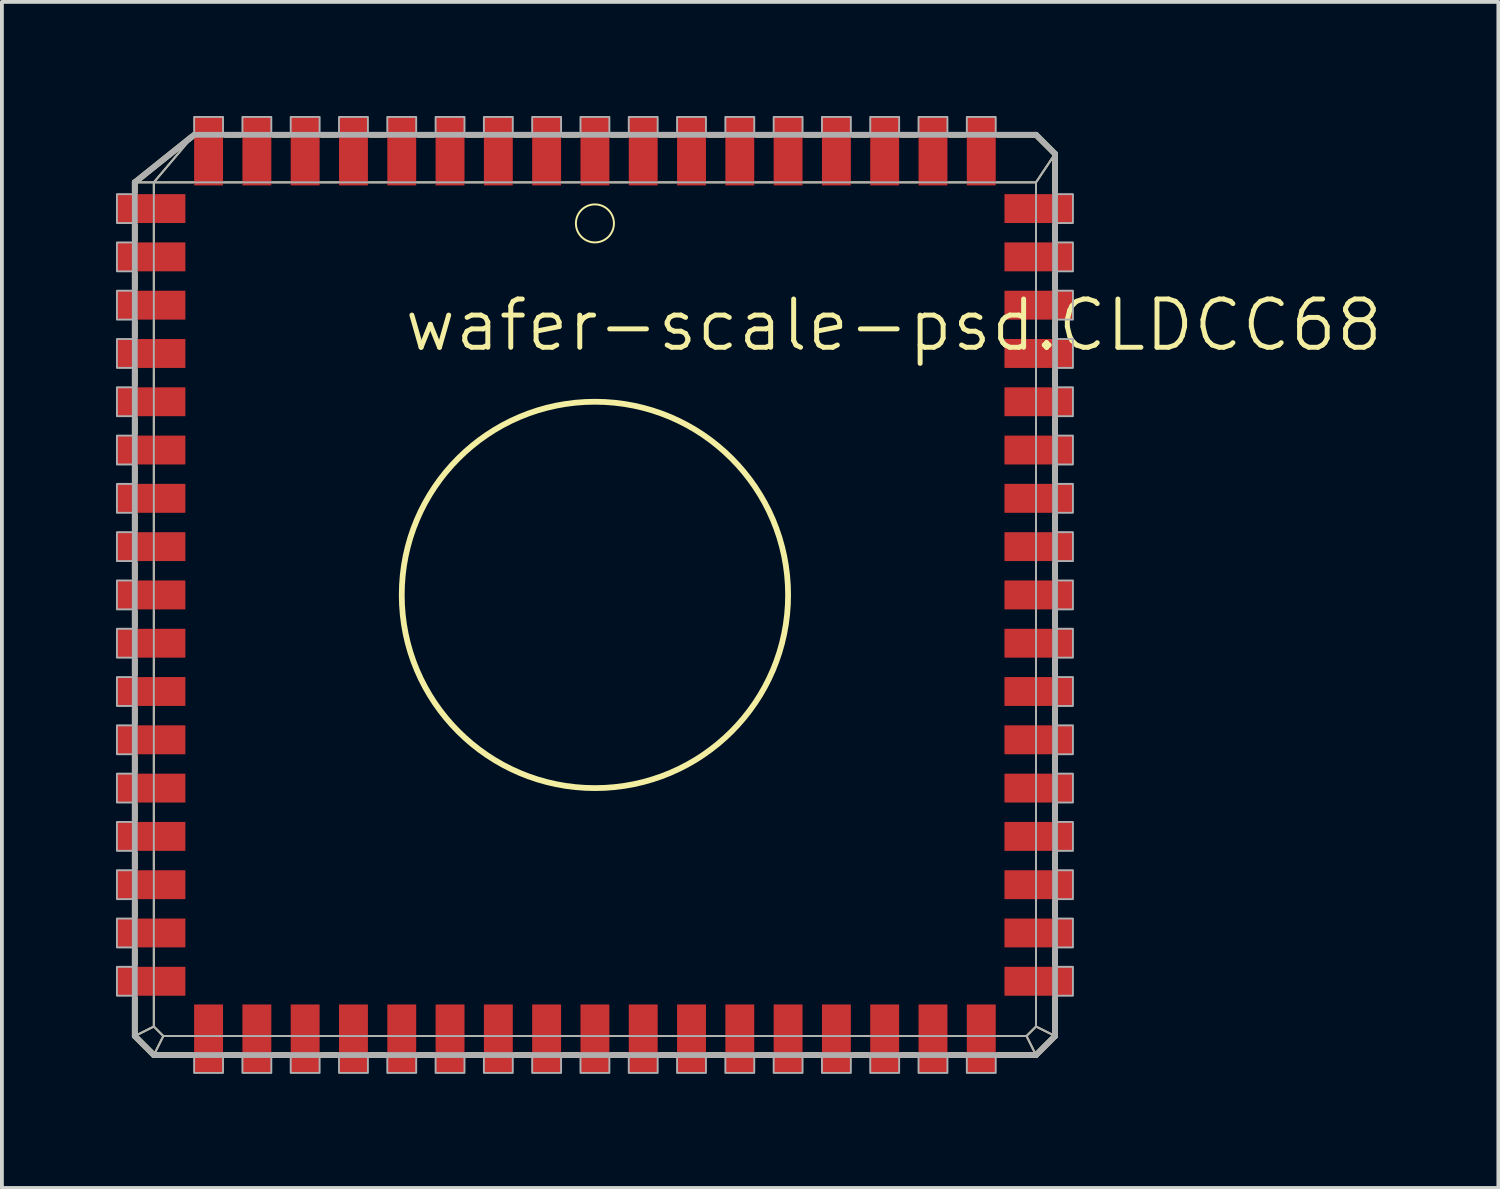
<source format=kicad_pcb>
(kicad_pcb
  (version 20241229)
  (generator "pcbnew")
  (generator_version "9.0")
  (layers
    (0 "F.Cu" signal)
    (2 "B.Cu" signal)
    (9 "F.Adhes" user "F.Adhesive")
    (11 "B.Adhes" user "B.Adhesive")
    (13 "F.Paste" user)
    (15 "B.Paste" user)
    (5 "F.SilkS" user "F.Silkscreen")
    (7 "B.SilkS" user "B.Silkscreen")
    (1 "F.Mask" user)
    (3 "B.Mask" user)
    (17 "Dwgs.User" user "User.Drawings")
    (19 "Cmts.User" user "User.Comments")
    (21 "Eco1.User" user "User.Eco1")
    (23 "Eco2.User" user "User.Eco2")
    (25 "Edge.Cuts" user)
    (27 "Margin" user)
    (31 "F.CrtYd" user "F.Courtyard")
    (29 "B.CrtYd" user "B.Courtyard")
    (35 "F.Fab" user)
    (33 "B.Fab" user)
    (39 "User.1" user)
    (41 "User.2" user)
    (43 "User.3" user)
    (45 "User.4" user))
  (footprint "wafer-scale-psd.CLDCC68"
    (layer "F.Cu")
    (at 12.595 12.595)
    (property "Reference" "wafer-scale-psd.CLDCC68" (at -5.08 -6.35 0) (layer "F.SilkS") (effects (font (size 1.27 1.27) (thickness 0.13)) (justify left bottom)))
    (attr smd)
    (fp_line (start -12.1 -10.85) (end -11.6 -10.85) (stroke (width 0.051) (type default)) (layer "F.SilkS"))
    (fp_line (start -12.1 -10.85) (end -10.6 -12.05) (stroke (width 0.152) (type default)) (layer "F.SilkS"))
    (fp_line (start -12.1 -10.6) (end -12.1 -10.85) (stroke (width 0.152) (type default)) (layer "F.SilkS"))
    (fp_line (start -12.1 -9.33) (end -12.1 -9.72) (stroke (width 0.152) (type default)) (layer "F.SilkS"))
    (fp_line (start -12.1 -8.06) (end -12.1 -8.45) (stroke (width 0.152) (type default)) (layer "F.SilkS"))
    (fp_line (start -12.1 -6.79) (end -12.1 -7.18) (stroke (width 0.152) (type default)) (layer "F.SilkS"))
    (fp_line (start -12.1 -5.52) (end -12.1 -5.91) (stroke (width 0.152) (type default)) (layer "F.SilkS"))
    (fp_line (start -12.1 -4.25) (end -12.1 -4.64) (stroke (width 0.152) (type default)) (layer "F.SilkS"))
    (fp_line (start -12.1 -2.98) (end -12.1 -3.37) (stroke (width 0.152) (type default)) (layer "F.SilkS"))
    (fp_line (start -12.1 -1.71) (end -12.1 -2.1) (stroke (width 0.152) (type default)) (layer "F.SilkS"))
    (fp_line (start -12.1 -0.44) (end -12.1 -0.83) (stroke (width 0.152) (type default)) (layer "F.SilkS"))
    (fp_line (start -12.1 0.83) (end -12.1 0.44) (stroke (width 0.152) (type default)) (layer "F.SilkS"))
    (fp_line (start -12.1 2.1) (end -12.1 1.71) (stroke (width 0.152) (type default)) (layer "F.SilkS"))
    (fp_line (start -12.1 3.37) (end -12.1 2.98) (stroke (width 0.152) (type default)) (layer "F.SilkS"))
    (fp_line (start -12.1 4.64) (end -12.1 4.25) (stroke (width 0.152) (type default)) (layer "F.SilkS"))
    (fp_line (start -12.1 5.91) (end -12.1 5.52) (stroke (width 0.152) (type default)) (layer "F.SilkS"))
    (fp_line (start -12.1 7.18) (end -12.1 6.79) (stroke (width 0.152) (type default)) (layer "F.SilkS"))
    (fp_line (start -12.1 8.45) (end -12.1 8.06) (stroke (width 0.152) (type default)) (layer "F.SilkS"))
    (fp_line (start -12.1 9.72) (end -12.1 9.33) (stroke (width 0.152) (type default)) (layer "F.SilkS"))
    (fp_line (start -12.1 11.6) (end -12.1 10.6) (stroke (width 0.152) (type default)) (layer "F.SilkS"))
    (fp_line (start -12.1 11.6) (end -11.6 11.35) (stroke (width 0.051) (type default)) (layer "F.SilkS"))
    (fp_line (start -11.6 -10.85) (end -10.56 -12.08) (stroke (width 0.051) (type default)) (layer "F.SilkS"))
    (fp_line (start -11.6 -10.85) (end -10.56 -10.85) (stroke (width 0.051) (type default)) (layer "F.SilkS"))
    (fp_line (start -11.6 -10.56) (end -11.6 -10.85) (stroke (width 0.051) (type default)) (layer "F.SilkS"))
    (fp_line (start -11.6 -9.29) (end -11.6 -9.76) (stroke (width 0.051) (type default)) (layer "F.SilkS"))
    (fp_line (start -11.6 -8.02) (end -11.6 -8.49) (stroke (width 0.051) (type default)) (layer "F.SilkS"))
    (fp_line (start -11.6 -6.75) (end -11.6 -7.22) (stroke (width 0.051) (type default)) (layer "F.SilkS"))
    (fp_line (start -11.6 -5.48) (end -11.6 -5.95) (stroke (width 0.051) (type default)) (layer "F.SilkS"))
    (fp_line (start -11.6 -4.21) (end -11.6 -4.68) (stroke (width 0.051) (type default)) (layer "F.SilkS"))
    (fp_line (start -11.6 -2.94) (end -11.6 -3.41) (stroke (width 0.051) (type default)) (layer "F.SilkS"))
    (fp_line (start -11.6 -1.67) (end -11.6 -2.14) (stroke (width 0.051) (type default)) (layer "F.SilkS"))
    (fp_line (start -11.6 -0.4) (end -11.6 -0.87) (stroke (width 0.051) (type default)) (layer "F.SilkS"))
    (fp_line (start -11.6 0.87) (end -11.6 0.4) (stroke (width 0.051) (type default)) (layer "F.SilkS"))
    (fp_line (start -11.6 2.14) (end -11.6 1.67) (stroke (width 0.051) (type default)) (layer "F.SilkS"))
    (fp_line (start -11.6 3.41) (end -11.6 2.94) (stroke (width 0.051) (type default)) (layer "F.SilkS"))
    (fp_line (start -11.6 4.68) (end -11.6 4.21) (stroke (width 0.051) (type default)) (layer "F.SilkS"))
    (fp_line (start -11.6 5.95) (end -11.6 5.48) (stroke (width 0.051) (type default)) (layer "F.SilkS"))
    (fp_line (start -11.6 7.22) (end -11.6 6.75) (stroke (width 0.051) (type default)) (layer "F.SilkS"))
    (fp_line (start -11.6 8.49) (end -11.6 8.02) (stroke (width 0.051) (type default)) (layer "F.SilkS"))
    (fp_line (start -11.6 9.76) (end -11.6 9.29) (stroke (width 0.051) (type default)) (layer "F.SilkS"))
    (fp_line (start -11.6 11.35) (end -11.6 10.56) (stroke (width 0.051) (type default)) (layer "F.SilkS"))
    (fp_line (start -11.6 12.1) (end -12.1 11.6) (stroke (width 0.152) (type default)) (layer "F.SilkS"))
    (fp_line (start -11.6 12.1) (end -11.35 11.6) (stroke (width 0.051) (type default)) (layer "F.SilkS"))
    (fp_line (start -11.35 11.6) (end -11.6 11.35) (stroke (width 0.051) (type default)) (layer "F.SilkS"))
    (fp_line (start -10.6 12.1) (end -11.6 12.1) (stroke (width 0.152) (type default)) (layer "F.SilkS"))
    (fp_line (start -10.56 11.6) (end -11.35 11.6) (stroke (width 0.051) (type default)) (layer "F.SilkS"))
    (fp_line (start -9.76 -10.85) (end -9.29 -10.85) (stroke (width 0.051) (type default)) (layer "F.SilkS"))
    (fp_line (start -9.72 -12.1) (end -9.33 -12.1) (stroke (width 0.152) (type default)) (layer "F.SilkS"))
    (fp_line (start -9.33 12.1) (end -9.72 12.1) (stroke (width 0.152) (type default)) (layer "F.SilkS"))
    (fp_line (start -9.29 11.6) (end -9.76 11.6) (stroke (width 0.051) (type default)) (layer "F.SilkS"))
    (fp_line (start -8.49 -10.85) (end -8.02 -10.85) (stroke (width 0.051) (type default)) (layer "F.SilkS"))
    (fp_line (start -8.45 -12.1) (end -8.06 -12.1) (stroke (width 0.152) (type default)) (layer "F.SilkS"))
    (fp_line (start -8.06 12.1) (end -8.45 12.1) (stroke (width 0.152) (type default)) (layer "F.SilkS"))
    (fp_line (start -8.02 11.6) (end -8.49 11.6) (stroke (width 0.051) (type default)) (layer "F.SilkS"))
    (fp_line (start -7.22 -10.85) (end -6.75 -10.85) (stroke (width 0.051) (type default)) (layer "F.SilkS"))
    (fp_line (start -7.18 -12.1) (end -6.79 -12.1) (stroke (width 0.152) (type default)) (layer "F.SilkS"))
    (fp_line (start -6.79 12.1) (end -7.18 12.1) (stroke (width 0.152) (type default)) (layer "F.SilkS"))
    (fp_line (start -6.75 11.6) (end -7.22 11.6) (stroke (width 0.051) (type default)) (layer "F.SilkS"))
    (fp_line (start -5.95 -10.85) (end -5.48 -10.85) (stroke (width 0.051) (type default)) (layer "F.SilkS"))
    (fp_line (start -5.91 -12.1) (end -5.52 -12.1) (stroke (width 0.152) (type default)) (layer "F.SilkS"))
    (fp_line (start -5.52 12.1) (end -5.91 12.1) (stroke (width 0.152) (type default)) (layer "F.SilkS"))
    (fp_line (start -5.48 11.6) (end -5.95 11.6) (stroke (width 0.051) (type default)) (layer "F.SilkS"))
    (fp_line (start -4.68 -10.85) (end -4.21 -10.85) (stroke (width 0.051) (type default)) (layer "F.SilkS"))
    (fp_line (start -4.64 -12.1) (end -4.25 -12.1) (stroke (width 0.152) (type default)) (layer "F.SilkS"))
    (fp_line (start -4.25 12.1) (end -4.64 12.1) (stroke (width 0.152) (type default)) (layer "F.SilkS"))
    (fp_line (start -4.21 11.6) (end -4.68 11.6) (stroke (width 0.051) (type default)) (layer "F.SilkS"))
    (fp_line (start -3.41 -10.85) (end -2.94 -10.85) (stroke (width 0.051) (type default)) (layer "F.SilkS"))
    (fp_line (start -3.37 -12.1) (end -2.98 -12.1) (stroke (width 0.152) (type default)) (layer "F.SilkS"))
    (fp_line (start -2.98 12.1) (end -3.37 12.1) (stroke (width 0.152) (type default)) (layer "F.SilkS"))
    (fp_line (start -2.94 11.6) (end -3.41 11.6) (stroke (width 0.051) (type default)) (layer "F.SilkS"))
    (fp_line (start -2.14 -10.85) (end -1.67 -10.85) (stroke (width 0.051) (type default)) (layer "F.SilkS"))
    (fp_line (start -2.1 -12.1) (end -1.71 -12.1) (stroke (width 0.152) (type default)) (layer "F.SilkS"))
    (fp_line (start -1.71 12.1) (end -2.1 12.1) (stroke (width 0.152) (type default)) (layer "F.SilkS"))
    (fp_line (start -1.67 11.6) (end -2.14 11.6) (stroke (width 0.051) (type default)) (layer "F.SilkS"))
    (fp_line (start -0.87 -10.85) (end -0.4 -10.85) (stroke (width 0.051) (type default)) (layer "F.SilkS"))
    (fp_line (start -0.83 -12.1) (end -0.44 -12.1) (stroke (width 0.152) (type default)) (layer "F.SilkS"))
    (fp_line (start -0.44 12.1) (end -0.83 12.1) (stroke (width 0.152) (type default)) (layer "F.SilkS"))
    (fp_line (start -0.4 11.6) (end -0.87 11.6) (stroke (width 0.051) (type default)) (layer "F.SilkS"))
    (fp_line (start 0.4 -10.85) (end 0.87 -10.85) (stroke (width 0.051) (type default)) (layer "F.SilkS"))
    (fp_line (start 0.44 -12.1) (end 0.83 -12.1) (stroke (width 0.152) (type default)) (layer "F.SilkS"))
    (fp_line (start 0.83 12.1) (end 0.44 12.1) (stroke (width 0.152) (type default)) (layer "F.SilkS"))
    (fp_line (start 0.87 11.6) (end 0.4 11.6) (stroke (width 0.051) (type default)) (layer "F.SilkS"))
    (fp_line (start 1.67 -10.85) (end 2.14 -10.85) (stroke (width 0.051) (type default)) (layer "F.SilkS"))
    (fp_line (start 1.71 -12.1) (end 2.1 -12.1) (stroke (width 0.152) (type default)) (layer "F.SilkS"))
    (fp_line (start 2.1 12.1) (end 1.71 12.1) (stroke (width 0.152) (type default)) (layer "F.SilkS"))
    (fp_line (start 2.14 11.6) (end 1.67 11.6) (stroke (width 0.051) (type default)) (layer "F.SilkS"))
    (fp_line (start 2.94 -10.85) (end 3.41 -10.85) (stroke (width 0.051) (type default)) (layer "F.SilkS"))
    (fp_line (start 2.98 -12.1) (end 3.37 -12.1) (stroke (width 0.152) (type default)) (layer "F.SilkS"))
    (fp_line (start 3.37 12.1) (end 2.98 12.1) (stroke (width 0.152) (type default)) (layer "F.SilkS"))
    (fp_line (start 3.41 11.6) (end 2.94 11.6) (stroke (width 0.051) (type default)) (layer "F.SilkS"))
    (fp_line (start 4.21 -10.85) (end 4.68 -10.85) (stroke (width 0.051) (type default)) (layer "F.SilkS"))
    (fp_line (start 4.25 -12.1) (end 4.64 -12.1) (stroke (width 0.152) (type default)) (layer "F.SilkS"))
    (fp_line (start 4.64 12.1) (end 4.25 12.1) (stroke (width 0.152) (type default)) (layer "F.SilkS"))
    (fp_line (start 4.68 11.6) (end 4.21 11.6) (stroke (width 0.051) (type default)) (layer "F.SilkS"))
    (fp_line (start 5.48 -10.85) (end 5.95 -10.85) (stroke (width 0.051) (type default)) (layer "F.SilkS"))
    (fp_line (start 5.52 -12.1) (end 5.91 -12.1) (stroke (width 0.152) (type default)) (layer "F.SilkS"))
    (fp_line (start 5.91 12.1) (end 5.52 12.1) (stroke (width 0.152) (type default)) (layer "F.SilkS"))
    (fp_line (start 5.95 11.6) (end 5.48 11.6) (stroke (width 0.051) (type default)) (layer "F.SilkS"))
    (fp_line (start 6.75 -10.85) (end 7.22 -10.85) (stroke (width 0.051) (type default)) (layer "F.SilkS"))
    (fp_line (start 6.79 -12.1) (end 7.18 -12.1) (stroke (width 0.152) (type default)) (layer "F.SilkS"))
    (fp_line (start 7.18 12.1) (end 6.79 12.1) (stroke (width 0.152) (type default)) (layer "F.SilkS"))
    (fp_line (start 7.22 11.6) (end 6.75 11.6) (stroke (width 0.051) (type default)) (layer "F.SilkS"))
    (fp_line (start 8.02 -10.85) (end 8.49 -10.85) (stroke (width 0.051) (type default)) (layer "F.SilkS"))
    (fp_line (start 8.06 -12.1) (end 8.45 -12.1) (stroke (width 0.152) (type default)) (layer "F.SilkS"))
    (fp_line (start 8.45 12.1) (end 8.06 12.1) (stroke (width 0.152) (type default)) (layer "F.SilkS"))
    (fp_line (start 8.49 11.6) (end 8.02 11.6) (stroke (width 0.051) (type default)) (layer "F.SilkS"))
    (fp_line (start 9.29 -10.85) (end 9.76 -10.85) (stroke (width 0.051) (type default)) (layer "F.SilkS"))
    (fp_line (start 9.33 -12.1) (end 9.72 -12.1) (stroke (width 0.152) (type default)) (layer "F.SilkS"))
    (fp_line (start 9.72 12.1) (end 9.33 12.1) (stroke (width 0.152) (type default)) (layer "F.SilkS"))
    (fp_line (start 9.76 11.6) (end 9.29 11.6) (stroke (width 0.051) (type default)) (layer "F.SilkS"))
    (fp_line (start 10.56 -10.85) (end 11.6 -10.85) (stroke (width 0.051) (type default)) (layer "F.SilkS"))
    (fp_line (start 10.6 -12.1) (end 11.6 -12.1) (stroke (width 0.152) (type default)) (layer "F.SilkS"))
    (fp_line (start 11.35 11.6) (end 10.56 11.6) (stroke (width 0.051) (type default)) (layer "F.SilkS"))
    (fp_line (start 11.35 11.6) (end 11.6 12.1) (stroke (width 0.051) (type default)) (layer "F.SilkS"))
    (fp_line (start 11.6 -12.1) (end 12.1 -11.6) (stroke (width 0.152) (type default)) (layer "F.SilkS"))
    (fp_line (start 11.6 -10.85) (end 11.6 -10.56) (stroke (width 0.051) (type default)) (layer "F.SilkS"))
    (fp_line (start 11.6 -9.76) (end 11.6 -9.29) (stroke (width 0.051) (type default)) (layer "F.SilkS"))
    (fp_line (start 11.6 -8.49) (end 11.6 -8.02) (stroke (width 0.051) (type default)) (layer "F.SilkS"))
    (fp_line (start 11.6 -7.22) (end 11.6 -6.75) (stroke (width 0.051) (type default)) (layer "F.SilkS"))
    (fp_line (start 11.6 -5.95) (end 11.6 -5.48) (stroke (width 0.051) (type default)) (layer "F.SilkS"))
    (fp_line (start 11.6 -4.68) (end 11.6 -4.21) (stroke (width 0.051) (type default)) (layer "F.SilkS"))
    (fp_line (start 11.6 -3.41) (end 11.6 -2.94) (stroke (width 0.051) (type default)) (layer "F.SilkS"))
    (fp_line (start 11.6 -2.14) (end 11.6 -1.67) (stroke (width 0.051) (type default)) (layer "F.SilkS"))
    (fp_line (start 11.6 -0.87) (end 11.6 -0.4) (stroke (width 0.051) (type default)) (layer "F.SilkS"))
    (fp_line (start 11.6 0.4) (end 11.6 0.87) (stroke (width 0.051) (type default)) (layer "F.SilkS"))
    (fp_line (start 11.6 1.67) (end 11.6 2.14) (stroke (width 0.051) (type default)) (layer "F.SilkS"))
    (fp_line (start 11.6 2.94) (end 11.6 3.41) (stroke (width 0.051) (type default)) (layer "F.SilkS"))
    (fp_line (start 11.6 4.21) (end 11.6 4.68) (stroke (width 0.051) (type default)) (layer "F.SilkS"))
    (fp_line (start 11.6 5.48) (end 11.6 5.95) (stroke (width 0.051) (type default)) (layer "F.SilkS"))
    (fp_line (start 11.6 6.75) (end 11.6 7.22) (stroke (width 0.051) (type default)) (layer "F.SilkS"))
    (fp_line (start 11.6 8.02) (end 11.6 8.49) (stroke (width 0.051) (type default)) (layer "F.SilkS"))
    (fp_line (start 11.6 9.29) (end 11.6 9.76) (stroke (width 0.051) (type default)) (layer "F.SilkS"))
    (fp_line (start 11.6 10.56) (end 11.6 11.35) (stroke (width 0.051) (type default)) (layer "F.SilkS"))
    (fp_line (start 11.6 11.35) (end 11.35 11.6) (stroke (width 0.051) (type default)) (layer "F.SilkS"))
    (fp_line (start 11.6 11.35) (end 12.1 11.6) (stroke (width 0.051) (type default)) (layer "F.SilkS"))
    (fp_line (start 11.6 12.1) (end 10.6 12.1) (stroke (width 0.152) (type default)) (layer "F.SilkS"))
    (fp_line (start 12.1 -11.6) (end 11.6 -10.85) (stroke (width 0.051) (type default)) (layer "F.SilkS"))
    (fp_line (start 12.1 -11.6) (end 12.1 -10.6) (stroke (width 0.152) (type default)) (layer "F.SilkS"))
    (fp_line (start 12.1 -9.72) (end 12.1 -9.33) (stroke (width 0.152) (type default)) (layer "F.SilkS"))
    (fp_line (start 12.1 -8.45) (end 12.1 -8.06) (stroke (width 0.152) (type default)) (layer "F.SilkS"))
    (fp_line (start 12.1 -7.18) (end 12.1 -6.79) (stroke (width 0.152) (type default)) (layer "F.SilkS"))
    (fp_line (start 12.1 -5.91) (end 12.1 -5.52) (stroke (width 0.152) (type default)) (layer "F.SilkS"))
    (fp_line (start 12.1 -4.64) (end 12.1 -4.25) (stroke (width 0.152) (type default)) (layer "F.SilkS"))
    (fp_line (start 12.1 -3.37) (end 12.1 -2.98) (stroke (width 0.152) (type default)) (layer "F.SilkS"))
    (fp_line (start 12.1 -2.1) (end 12.1 -1.71) (stroke (width 0.152) (type default)) (layer "F.SilkS"))
    (fp_line (start 12.1 -0.83) (end 12.1 -0.44) (stroke (width 0.152) (type default)) (layer "F.SilkS"))
    (fp_line (start 12.1 0.44) (end 12.1 0.83) (stroke (width 0.152) (type default)) (layer "F.SilkS"))
    (fp_line (start 12.1 1.71) (end 12.1 2.1) (stroke (width 0.152) (type default)) (layer "F.SilkS"))
    (fp_line (start 12.1 2.98) (end 12.1 3.37) (stroke (width 0.152) (type default)) (layer "F.SilkS"))
    (fp_line (start 12.1 4.25) (end 12.1 4.64) (stroke (width 0.152) (type default)) (layer "F.SilkS"))
    (fp_line (start 12.1 5.52) (end 12.1 5.91) (stroke (width 0.152) (type default)) (layer "F.SilkS"))
    (fp_line (start 12.1 6.79) (end 12.1 7.18) (stroke (width 0.152) (type default)) (layer "F.SilkS"))
    (fp_line (start 12.1 8.06) (end 12.1 8.45) (stroke (width 0.152) (type default)) (layer "F.SilkS"))
    (fp_line (start 12.1 9.33) (end 12.1 9.72) (stroke (width 0.152) (type default)) (layer "F.SilkS"))
    (fp_line (start 12.1 10.6) (end 12.1 11.6) (stroke (width 0.152) (type default)) (layer "F.SilkS"))
    (fp_line (start 12.1 11.6) (end 11.6 12.1) (stroke (width 0.152) (type default)) (layer "F.SilkS"))
    (fp_circle (center 0 -9.77) (end 0.5 -9.77) (stroke (width 0.051) (type default)) (fill no) (layer "F.SilkS"))
    (fp_circle (center 0 0) (end 5.08 0) (stroke (width 0.152) (type default)) (fill no) (layer "F.SilkS"))
    (fp_line (start -12.1 -10.85) (end -11.6 -10.85) (stroke (width 0.051) (type default)) (layer "F.Fab"))
    (fp_line (start -12.1 -10.85) (end -10.54 -12.1) (stroke (width 0.152) (type default)) (layer "F.Fab"))
    (fp_line (start -12.1 11.6) (end -12.1 -10.85) (stroke (width 0.152) (type default)) (layer "F.Fab"))
    (fp_line (start -12.1 11.6) (end -11.6 11.35) (stroke (width 0.051) (type default)) (layer "F.Fab"))
    (fp_line (start -11.6 -10.85) (end -10.54 -12.1) (stroke (width 0.051) (type default)) (layer "F.Fab"))
    (fp_line (start -11.6 -10.85) (end 11.6 -10.85) (stroke (width 0.051) (type default)) (layer "F.Fab"))
    (fp_line (start -11.6 11.35) (end -11.6 -10.85) (stroke (width 0.051) (type default)) (layer "F.Fab"))
    (fp_line (start -11.6 12.1) (end -12.1 11.6) (stroke (width 0.152) (type default)) (layer "F.Fab"))
    (fp_line (start -11.6 12.1) (end -11.35 11.6) (stroke (width 0.051) (type default)) (layer "F.Fab"))
    (fp_line (start -11.35 11.6) (end -11.6 11.35) (stroke (width 0.051) (type default)) (layer "F.Fab"))
    (fp_line (start -10.54 -12.1) (end 11.6 -12.1) (stroke (width 0.152) (type default)) (layer "F.Fab"))
    (fp_line (start 11.35 11.6) (end -11.35 11.6) (stroke (width 0.051) (type default)) (layer "F.Fab"))
    (fp_line (start 11.35 11.6) (end 11.6 12.1) (stroke (width 0.051) (type default)) (layer "F.Fab"))
    (fp_line (start 11.6 -12.1) (end 12.1 -11.6) (stroke (width 0.152) (type default)) (layer "F.Fab"))
    (fp_line (start 11.6 -10.85) (end 11.6 11.35) (stroke (width 0.051) (type default)) (layer "F.Fab"))
    (fp_line (start 11.6 11.35) (end 11.35 11.6) (stroke (width 0.051) (type default)) (layer "F.Fab"))
    (fp_line (start 11.6 11.35) (end 12.1 11.6) (stroke (width 0.051) (type default)) (layer "F.Fab"))
    (fp_line (start 11.6 12.1) (end -11.6 12.1) (stroke (width 0.152) (type default)) (layer "F.Fab"))
    (fp_line (start 12.1 -11.6) (end 11.6 -10.85) (stroke (width 0.051) (type default)) (layer "F.Fab"))
    (fp_line (start 12.1 -11.6) (end 12.1 11.6) (stroke (width 0.152) (type default)) (layer "F.Fab"))
    (fp_line (start 12.1 11.6) (end 11.6 12.1) (stroke (width 0.152) (type default)) (layer "F.Fab"))
    (fp_rect (start -12.57 -9.78) (end -12.1 -10.54) (stroke (width 0.05) (type default)) (fill no) (layer "F.Fab"))
    (fp_rect (start -12.57 -8.51) (end -12.1 -9.27) (stroke (width 0.05) (type default)) (fill no) (layer "F.Fab"))
    (fp_rect (start -12.57 -7.24) (end -12.1 -8) (stroke (width 0.05) (type default)) (fill no) (layer "F.Fab"))
    (fp_rect (start -12.57 -5.97) (end -12.1 -6.73) (stroke (width 0.05) (type default)) (fill no) (layer "F.Fab"))
    (fp_rect (start -12.57 -4.7) (end -12.1 -5.46) (stroke (width 0.05) (type default)) (fill no) (layer "F.Fab"))
    (fp_rect (start -12.57 -3.43) (end -12.1 -4.19) (stroke (width 0.05) (type default)) (fill no) (layer "F.Fab"))
    (fp_rect (start -12.57 -2.16) (end -12.1 -2.92) (stroke (width 0.05) (type default)) (fill no) (layer "F.Fab"))
    (fp_rect (start -12.57 -0.89) (end -12.1 -1.65) (stroke (width 0.05) (type default)) (fill no) (layer "F.Fab"))
    (fp_rect (start -12.57 0.38) (end -12.1 -0.38) (stroke (width 0.05) (type default)) (fill no) (layer "F.Fab"))
    (fp_rect (start -12.57 1.65) (end -12.1 0.89) (stroke (width 0.05) (type default)) (fill no) (layer "F.Fab"))
    (fp_rect (start -12.57 2.92) (end -12.1 2.16) (stroke (width 0.05) (type default)) (fill no) (layer "F.Fab"))
    (fp_rect (start -12.57 4.19) (end -12.1 3.43) (stroke (width 0.05) (type default)) (fill no) (layer "F.Fab"))
    (fp_rect (start -12.57 5.46) (end -12.1 4.7) (stroke (width 0.05) (type default)) (fill no) (layer "F.Fab"))
    (fp_rect (start -12.57 6.73) (end -12.1 5.97) (stroke (width 0.05) (type default)) (fill no) (layer "F.Fab"))
    (fp_rect (start -12.57 8) (end -12.1 7.24) (stroke (width 0.05) (type default)) (fill no) (layer "F.Fab"))
    (fp_rect (start -12.57 9.27) (end -12.1 8.51) (stroke (width 0.05) (type default)) (fill no) (layer "F.Fab"))
    (fp_rect (start -12.57 10.54) (end -12.1 9.78) (stroke (width 0.05) (type default)) (fill no) (layer "F.Fab"))
    (fp_rect (start -10.54 -12.1) (end -9.78 -12.57) (stroke (width 0.05) (type default)) (fill no) (layer "F.Fab"))
    (fp_rect (start -10.54 12.57) (end -9.78 12.1) (stroke (width 0.05) (type default)) (fill no) (layer "F.Fab"))
    (fp_rect (start -9.27 -12.1) (end -8.51 -12.57) (stroke (width 0.05) (type default)) (fill no) (layer "F.Fab"))
    (fp_rect (start -9.27 12.57) (end -8.51 12.1) (stroke (width 0.05) (type default)) (fill no) (layer "F.Fab"))
    (fp_rect (start -8 -12.1) (end -7.24 -12.57) (stroke (width 0.05) (type default)) (fill no) (layer "F.Fab"))
    (fp_rect (start -8 12.57) (end -7.24 12.1) (stroke (width 0.05) (type default)) (fill no) (layer "F.Fab"))
    (fp_rect (start -6.73 -12.1) (end -5.97 -12.57) (stroke (width 0.05) (type default)) (fill no) (layer "F.Fab"))
    (fp_rect (start -6.73 12.57) (end -5.97 12.1) (stroke (width 0.05) (type default)) (fill no) (layer "F.Fab"))
    (fp_rect (start -5.46 -12.1) (end -4.7 -12.57) (stroke (width 0.05) (type default)) (fill no) (layer "F.Fab"))
    (fp_rect (start -5.46 12.57) (end -4.7 12.1) (stroke (width 0.05) (type default)) (fill no) (layer "F.Fab"))
    (fp_rect (start -4.19 -12.1) (end -3.43 -12.57) (stroke (width 0.05) (type default)) (fill no) (layer "F.Fab"))
    (fp_rect (start -4.19 12.57) (end -3.43 12.1) (stroke (width 0.05) (type default)) (fill no) (layer "F.Fab"))
    (fp_rect (start -2.92 -12.1) (end -2.16 -12.57) (stroke (width 0.05) (type default)) (fill no) (layer "F.Fab"))
    (fp_rect (start -2.92 12.57) (end -2.16 12.1) (stroke (width 0.05) (type default)) (fill no) (layer "F.Fab"))
    (fp_rect (start -1.65 -12.1) (end -0.89 -12.57) (stroke (width 0.05) (type default)) (fill no) (layer "F.Fab"))
    (fp_rect (start -1.65 12.57) (end -0.89 12.1) (stroke (width 0.05) (type default)) (fill no) (layer "F.Fab"))
    (fp_rect (start -0.38 -12.1) (end 0.38 -12.57) (stroke (width 0.05) (type default)) (fill no) (layer "F.Fab"))
    (fp_rect (start -0.38 12.57) (end 0.38 12.1) (stroke (width 0.05) (type default)) (fill no) (layer "F.Fab"))
    (fp_rect (start 0.89 -12.1) (end 1.65 -12.57) (stroke (width 0.05) (type default)) (fill no) (layer "F.Fab"))
    (fp_rect (start 0.89 12.57) (end 1.65 12.1) (stroke (width 0.05) (type default)) (fill no) (layer "F.Fab"))
    (fp_rect (start 2.16 -12.1) (end 2.92 -12.57) (stroke (width 0.05) (type default)) (fill no) (layer "F.Fab"))
    (fp_rect (start 2.16 12.57) (end 2.92 12.1) (stroke (width 0.05) (type default)) (fill no) (layer "F.Fab"))
    (fp_rect (start 3.43 -12.1) (end 4.19 -12.57) (stroke (width 0.05) (type default)) (fill no) (layer "F.Fab"))
    (fp_rect (start 3.43 12.57) (end 4.19 12.1) (stroke (width 0.05) (type default)) (fill no) (layer "F.Fab"))
    (fp_rect (start 4.7 -12.1) (end 5.46 -12.57) (stroke (width 0.05) (type default)) (fill no) (layer "F.Fab"))
    (fp_rect (start 4.7 12.57) (end 5.46 12.1) (stroke (width 0.05) (type default)) (fill no) (layer "F.Fab"))
    (fp_rect (start 5.97 -12.1) (end 6.73 -12.57) (stroke (width 0.05) (type default)) (fill no) (layer "F.Fab"))
    (fp_rect (start 5.97 12.57) (end 6.73 12.1) (stroke (width 0.05) (type default)) (fill no) (layer "F.Fab"))
    (fp_rect (start 7.24 -12.1) (end 8 -12.57) (stroke (width 0.05) (type default)) (fill no) (layer "F.Fab"))
    (fp_rect (start 7.24 12.57) (end 8 12.1) (stroke (width 0.05) (type default)) (fill no) (layer "F.Fab"))
    (fp_rect (start 8.51 -12.1) (end 9.27 -12.57) (stroke (width 0.05) (type default)) (fill no) (layer "F.Fab"))
    (fp_rect (start 8.51 12.57) (end 9.27 12.1) (stroke (width 0.05) (type default)) (fill no) (layer "F.Fab"))
    (fp_rect (start 9.78 -12.1) (end 10.54 -12.57) (stroke (width 0.05) (type default)) (fill no) (layer "F.Fab"))
    (fp_rect (start 9.78 12.57) (end 10.54 12.1) (stroke (width 0.05) (type default)) (fill no) (layer "F.Fab"))
    (fp_rect (start 12.1 -9.78) (end 12.57 -10.54) (stroke (width 0.05) (type default)) (fill no) (layer "F.Fab"))
    (fp_rect (start 12.1 -8.51) (end 12.57 -9.27) (stroke (width 0.05) (type default)) (fill no) (layer "F.Fab"))
    (fp_rect (start 12.1 -7.24) (end 12.57 -8) (stroke (width 0.05) (type default)) (fill no) (layer "F.Fab"))
    (fp_rect (start 12.1 -5.97) (end 12.57 -6.73) (stroke (width 0.05) (type default)) (fill no) (layer "F.Fab"))
    (fp_rect (start 12.1 -4.7) (end 12.57 -5.46) (stroke (width 0.05) (type default)) (fill no) (layer "F.Fab"))
    (fp_rect (start 12.1 -3.43) (end 12.57 -4.19) (stroke (width 0.05) (type default)) (fill no) (layer "F.Fab"))
    (fp_rect (start 12.1 -2.16) (end 12.57 -2.92) (stroke (width 0.05) (type default)) (fill no) (layer "F.Fab"))
    (fp_rect (start 12.1 -0.89) (end 12.57 -1.65) (stroke (width 0.05) (type default)) (fill no) (layer "F.Fab"))
    (fp_rect (start 12.1 0.38) (end 12.57 -0.38) (stroke (width 0.05) (type default)) (fill no) (layer "F.Fab"))
    (fp_rect (start 12.1 1.65) (end 12.57 0.89) (stroke (width 0.05) (type default)) (fill no) (layer "F.Fab"))
    (fp_rect (start 12.1 2.92) (end 12.57 2.16) (stroke (width 0.05) (type default)) (fill no) (layer "F.Fab"))
    (fp_rect (start 12.1 4.19) (end 12.57 3.43) (stroke (width 0.05) (type default)) (fill no) (layer "F.Fab"))
    (fp_rect (start 12.1 5.46) (end 12.57 4.7) (stroke (width 0.05) (type default)) (fill no) (layer "F.Fab"))
    (fp_rect (start 12.1 6.73) (end 12.57 5.97) (stroke (width 0.05) (type default)) (fill no) (layer "F.Fab"))
    (fp_rect (start 12.1 8) (end 12.57 7.24) (stroke (width 0.05) (type default)) (fill no) (layer "F.Fab"))
    (fp_rect (start 12.1 9.27) (end 12.57 8.51) (stroke (width 0.05) (type default)) (fill no) (layer "F.Fab"))
    (fp_rect (start 12.1 10.54) (end 12.57 9.78) (stroke (width 0.05) (type default)) (fill no) (layer "F.Fab"))
    (pad "1" smd roundrect (at 0 -11.67) (size 0.76 1.8) (layers "F.Cu" "F.Mask" "F.Paste") (roundrect_rratio 0.01))
    (pad "2" smd roundrect (at -1.27 -11.67) (size 0.76 1.8) (layers "F.Cu" "F.Mask" "F.Paste") (roundrect_rratio 0.01))
    (pad "3" smd roundrect (at -2.54 -11.67) (size 0.76 1.8) (layers "F.Cu" "F.Mask" "F.Paste") (roundrect_rratio 0.01))
    (pad "4" smd roundrect (at -3.81 -11.67) (size 0.76 1.8) (layers "F.Cu" "F.Mask" "F.Paste") (roundrect_rratio 0.01))
    (pad "5" smd roundrect (at -5.08 -11.67) (size 0.76 1.8) (layers "F.Cu" "F.Mask" "F.Paste") (roundrect_rratio 0.01))
    (pad "6" smd roundrect (at -6.35 -11.67) (size 0.76 1.8) (layers "F.Cu" "F.Mask" "F.Paste") (roundrect_rratio 0.01))
    (pad "7" smd roundrect (at -7.62 -11.67) (size 0.76 1.8) (layers "F.Cu" "F.Mask" "F.Paste") (roundrect_rratio 0.01))
    (pad "8" smd roundrect (at -8.89 -11.67) (size 0.76 1.8) (layers "F.Cu" "F.Mask" "F.Paste") (roundrect_rratio 0.01))
    (pad "9" smd roundrect (at -10.16 -11.67) (size 0.76 1.8) (layers "F.Cu" "F.Mask" "F.Paste") (roundrect_rratio 0.01))
    (pad "10" smd roundrect (at -11.67 -10.16) (size 1.8 0.76) (layers "F.Cu" "F.Mask" "F.Paste") (roundrect_rratio 0.01))
    (pad "11" smd roundrect (at -11.67 -8.89) (size 1.8 0.76) (layers "F.Cu" "F.Mask" "F.Paste") (roundrect_rratio 0.01))
    (pad "12" smd roundrect (at -11.67 -7.62) (size 1.8 0.76) (layers "F.Cu" "F.Mask" "F.Paste") (roundrect_rratio 0.01))
    (pad "13" smd roundrect (at -11.67 -6.35) (size 1.8 0.76) (layers "F.Cu" "F.Mask" "F.Paste") (roundrect_rratio 0.01))
    (pad "14" smd roundrect (at -11.67 -5.08) (size 1.8 0.76) (layers "F.Cu" "F.Mask" "F.Paste") (roundrect_rratio 0.01))
    (pad "15" smd roundrect (at -11.67 -3.81) (size 1.8 0.76) (layers "F.Cu" "F.Mask" "F.Paste") (roundrect_rratio 0.01))
    (pad "16" smd roundrect (at -11.67 -2.54) (size 1.8 0.76) (layers "F.Cu" "F.Mask" "F.Paste") (roundrect_rratio 0.01))
    (pad "17" smd roundrect (at -11.67 -1.27) (size 1.8 0.76) (layers "F.Cu" "F.Mask" "F.Paste") (roundrect_rratio 0.01))
    (pad "18" smd roundrect (at -11.67 0) (size 1.8 0.76) (layers "F.Cu" "F.Mask" "F.Paste") (roundrect_rratio 0.01))
    (pad "19" smd roundrect (at -11.67 1.27) (size 1.8 0.76) (layers "F.Cu" "F.Mask" "F.Paste") (roundrect_rratio 0.01))
    (pad "20" smd roundrect (at -11.67 2.54) (size 1.8 0.76) (layers "F.Cu" "F.Mask" "F.Paste") (roundrect_rratio 0.01))
    (pad "21" smd roundrect (at -11.67 3.81) (size 1.8 0.76) (layers "F.Cu" "F.Mask" "F.Paste") (roundrect_rratio 0.01))
    (pad "22" smd roundrect (at -11.67 5.08) (size 1.8 0.76) (layers "F.Cu" "F.Mask" "F.Paste") (roundrect_rratio 0.01))
    (pad "23" smd roundrect (at -11.67 6.35) (size 1.8 0.76) (layers "F.Cu" "F.Mask" "F.Paste") (roundrect_rratio 0.01))
    (pad "24" smd roundrect (at -11.67 7.62) (size 1.8 0.76) (layers "F.Cu" "F.Mask" "F.Paste") (roundrect_rratio 0.01))
    (pad "25" smd roundrect (at -11.67 8.89) (size 1.8 0.76) (layers "F.Cu" "F.Mask" "F.Paste") (roundrect_rratio 0.01))
    (pad "26" smd roundrect (at -11.67 10.16) (size 1.8 0.76) (layers "F.Cu" "F.Mask" "F.Paste") (roundrect_rratio 0.01))
    (pad "27" smd roundrect (at -10.16 11.67) (size 0.76 1.8) (layers "F.Cu" "F.Mask" "F.Paste") (roundrect_rratio 0.01))
    (pad "28" smd roundrect (at -8.89 11.67) (size 0.76 1.8) (layers "F.Cu" "F.Mask" "F.Paste") (roundrect_rratio 0.01))
    (pad "29" smd roundrect (at -7.62 11.67) (size 0.76 1.8) (layers "F.Cu" "F.Mask" "F.Paste") (roundrect_rratio 0.01))
    (pad "30" smd roundrect (at -6.35 11.67) (size 0.76 1.8) (layers "F.Cu" "F.Mask" "F.Paste") (roundrect_rratio 0.01))
    (pad "31" smd roundrect (at -5.08 11.67) (size 0.76 1.8) (layers "F.Cu" "F.Mask" "F.Paste") (roundrect_rratio 0.01))
    (pad "32" smd roundrect (at -3.81 11.67) (size 0.76 1.8) (layers "F.Cu" "F.Mask" "F.Paste") (roundrect_rratio 0.01))
    (pad "33" smd roundrect (at -2.54 11.67) (size 0.76 1.8) (layers "F.Cu" "F.Mask" "F.Paste") (roundrect_rratio 0.01))
    (pad "34" smd roundrect (at -1.27 11.67) (size 0.76 1.8) (layers "F.Cu" "F.Mask" "F.Paste") (roundrect_rratio 0.01))
    (pad "35" smd roundrect (at 0 11.67) (size 0.76 1.8) (layers "F.Cu" "F.Mask" "F.Paste") (roundrect_rratio 0.01))
    (pad "36" smd roundrect (at 1.27 11.67) (size 0.76 1.8) (layers "F.Cu" "F.Mask" "F.Paste") (roundrect_rratio 0.01))
    (pad "37" smd roundrect (at 2.54 11.67) (size 0.76 1.8) (layers "F.Cu" "F.Mask" "F.Paste") (roundrect_rratio 0.01))
    (pad "38" smd roundrect (at 3.81 11.67) (size 0.76 1.8) (layers "F.Cu" "F.Mask" "F.Paste") (roundrect_rratio 0.01))
    (pad "39" smd roundrect (at 5.08 11.67) (size 0.76 1.8) (layers "F.Cu" "F.Mask" "F.Paste") (roundrect_rratio 0.01))
    (pad "40" smd roundrect (at 6.35 11.67) (size 0.76 1.8) (layers "F.Cu" "F.Mask" "F.Paste") (roundrect_rratio 0.01))
    (pad "41" smd roundrect (at 7.62 11.67) (size 0.76 1.8) (layers "F.Cu" "F.Mask" "F.Paste") (roundrect_rratio 0.01))
    (pad "42" smd roundrect (at 8.89 11.67) (size 0.76 1.8) (layers "F.Cu" "F.Mask" "F.Paste") (roundrect_rratio 0.01))
    (pad "43" smd roundrect (at 10.16 11.67) (size 0.76 1.8) (layers "F.Cu" "F.Mask" "F.Paste") (roundrect_rratio 0.01))
    (pad "44" smd roundrect (at 11.67 10.16) (size 1.8 0.76) (layers "F.Cu" "F.Mask" "F.Paste") (roundrect_rratio 0.01))
    (pad "45" smd roundrect (at 11.67 8.89) (size 1.8 0.76) (layers "F.Cu" "F.Mask" "F.Paste") (roundrect_rratio 0.01))
    (pad "46" smd roundrect (at 11.67 7.62) (size 1.8 0.76) (layers "F.Cu" "F.Mask" "F.Paste") (roundrect_rratio 0.01))
    (pad "47" smd roundrect (at 11.67 6.35) (size 1.8 0.76) (layers "F.Cu" "F.Mask" "F.Paste") (roundrect_rratio 0.01))
    (pad "48" smd roundrect (at 11.67 5.08) (size 1.8 0.76) (layers "F.Cu" "F.Mask" "F.Paste") (roundrect_rratio 0.01))
    (pad "49" smd roundrect (at 11.67 3.81) (size 1.8 0.76) (layers "F.Cu" "F.Mask" "F.Paste") (roundrect_rratio 0.01))
    (pad "50" smd roundrect (at 11.67 2.54) (size 1.8 0.76) (layers "F.Cu" "F.Mask" "F.Paste") (roundrect_rratio 0.01))
    (pad "51" smd roundrect (at 11.67 1.27) (size 1.8 0.76) (layers "F.Cu" "F.Mask" "F.Paste") (roundrect_rratio 0.01))
    (pad "52" smd roundrect (at 11.67 0) (size 1.8 0.76) (layers "F.Cu" "F.Mask" "F.Paste") (roundrect_rratio 0.01))
    (pad "53" smd roundrect (at 11.67 -1.27) (size 1.8 0.76) (layers "F.Cu" "F.Mask" "F.Paste") (roundrect_rratio 0.01))
    (pad "54" smd roundrect (at 11.67 -2.54) (size 1.8 0.76) (layers "F.Cu" "F.Mask" "F.Paste") (roundrect_rratio 0.01))
    (pad "55" smd roundrect (at 11.67 -3.81) (size 1.8 0.76) (layers "F.Cu" "F.Mask" "F.Paste") (roundrect_rratio 0.01))
    (pad "56" smd roundrect (at 11.67 -5.08) (size 1.8 0.76) (layers "F.Cu" "F.Mask" "F.Paste") (roundrect_rratio 0.01))
    (pad "57" smd roundrect (at 11.67 -6.35) (size 1.8 0.76) (layers "F.Cu" "F.Mask" "F.Paste") (roundrect_rratio 0.01))
    (pad "58" smd roundrect (at 11.67 -7.62) (size 1.8 0.76) (layers "F.Cu" "F.Mask" "F.Paste") (roundrect_rratio 0.01))
    (pad "59" smd roundrect (at 11.67 -8.89) (size 1.8 0.76) (layers "F.Cu" "F.Mask" "F.Paste") (roundrect_rratio 0.01))
    (pad "60" smd roundrect (at 11.67 -10.16) (size 1.8 0.76) (layers "F.Cu" "F.Mask" "F.Paste") (roundrect_rratio 0.01))
    (pad "61" smd roundrect (at 10.16 -11.67) (size 0.76 1.8) (layers "F.Cu" "F.Mask" "F.Paste") (roundrect_rratio 0.01))
    (pad "62" smd roundrect (at 8.89 -11.67) (size 0.76 1.8) (layers "F.Cu" "F.Mask" "F.Paste") (roundrect_rratio 0.01))
    (pad "63" smd roundrect (at 7.62 -11.67) (size 0.76 1.8) (layers "F.Cu" "F.Mask" "F.Paste") (roundrect_rratio 0.01))
    (pad "64" smd roundrect (at 6.35 -11.67) (size 0.76 1.8) (layers "F.Cu" "F.Mask" "F.Paste") (roundrect_rratio 0.01))
    (pad "65" smd roundrect (at 5.08 -11.67) (size 0.76 1.8) (layers "F.Cu" "F.Mask" "F.Paste") (roundrect_rratio 0.01))
    (pad "66" smd roundrect (at 3.81 -11.67) (size 0.76 1.8) (layers "F.Cu" "F.Mask" "F.Paste") (roundrect_rratio 0.01))
    (pad "67" smd roundrect (at 2.54 -11.67) (size 0.76 1.8) (layers "F.Cu" "F.Mask" "F.Paste") (roundrect_rratio 0.01))
    (pad "68" smd roundrect (at 1.27 -11.67) (size 0.76 1.8) (layers "F.Cu" "F.Mask" "F.Paste") (roundrect_rratio 0.01)))
  (gr_rect
    (start -3 -3)
    (end 36.353 28.19)
    (stroke (width 0.1) (type default))
    (fill no)
    (layer "Edge.Cuts")))
</source>
